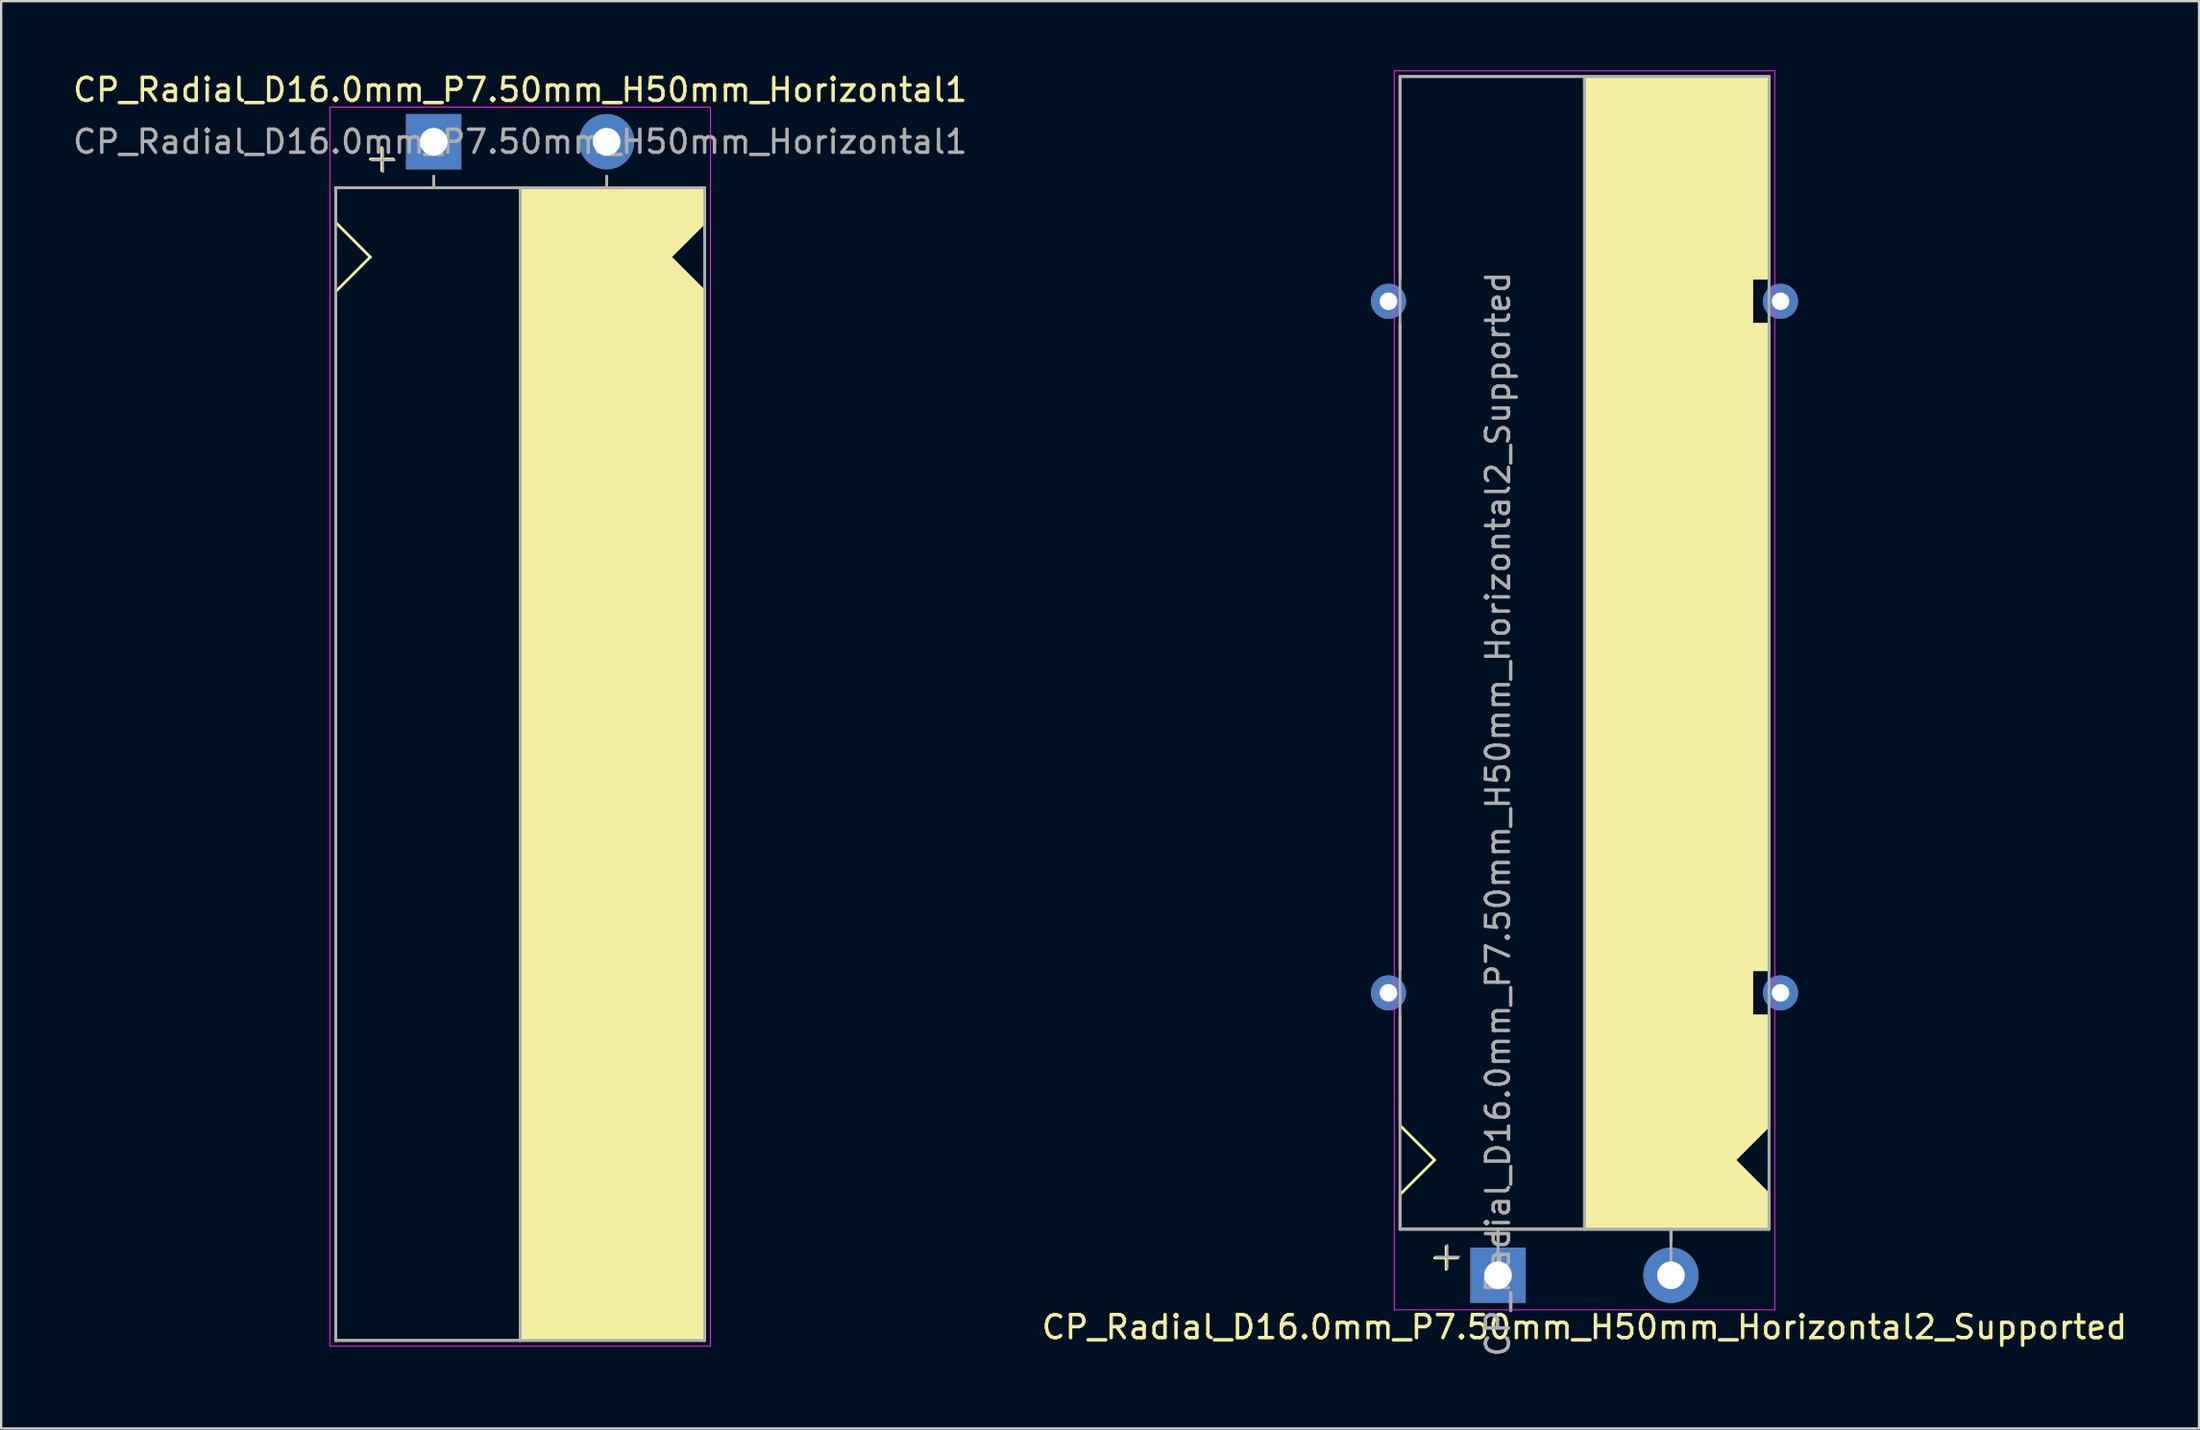
<source format=kicad_pcb>
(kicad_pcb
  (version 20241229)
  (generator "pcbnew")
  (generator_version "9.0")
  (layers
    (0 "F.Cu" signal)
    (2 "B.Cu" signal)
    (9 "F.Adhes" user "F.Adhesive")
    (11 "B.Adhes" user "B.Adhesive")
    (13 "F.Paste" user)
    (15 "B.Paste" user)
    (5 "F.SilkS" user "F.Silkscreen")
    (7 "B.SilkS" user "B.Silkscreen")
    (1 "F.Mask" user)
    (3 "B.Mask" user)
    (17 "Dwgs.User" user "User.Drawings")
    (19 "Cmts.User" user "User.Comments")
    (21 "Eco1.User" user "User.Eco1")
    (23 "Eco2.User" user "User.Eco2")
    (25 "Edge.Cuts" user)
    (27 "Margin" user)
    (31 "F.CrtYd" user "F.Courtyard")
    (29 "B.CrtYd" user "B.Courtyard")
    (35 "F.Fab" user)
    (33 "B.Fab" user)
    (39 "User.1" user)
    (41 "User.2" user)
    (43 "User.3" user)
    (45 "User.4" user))
  (footprint "CP_Radial_D16.0mm_P7.50mm_H50mm_Horizontal2_Supported"
    (layer "F.Cu")
    (at 61.911 52.27)
    (property "Reference" "CP_Radial_D16.0mm_P7.50mm_H50mm_Horizontal2_Supported" (at 3.75 2.25 0) (layer "F.SilkS") (effects (font (size 1 1) (thickness 0.15))))
    (attr through_hole)
    (fp_line (start -4.25 -43.25) (end -4.25 -52) (stroke (width 0.12) (type solid)) (layer "F.SilkS"))
    (fp_line (start -4.25 -41.25) (end -4.25 -13.25) (stroke (width 0.12) (type solid)) (layer "F.SilkS"))
    (fp_line (start -4.25 -7.5) (end -4.25 -11.25) (stroke (width 0.12) (type solid)) (layer "F.SilkS"))
    (fp_line (start -4.25 -6.5) (end -4.25 -7.5) (stroke (width 0.12) (type solid)) (layer "F.SilkS"))
    (fp_line (start -4.25 -3.5) (end -2.75 -5) (stroke (width 0.12) (type solid)) (layer "F.SilkS"))
    (fp_line (start -4.25 -2) (end -4.25 -3.5) (stroke (width 0.12) (type solid)) (layer "F.SilkS"))
    (fp_line (start -2.75 -5) (end -4.25 -6.5) (stroke (width 0.12) (type solid)) (layer "F.SilkS"))
    (fp_line (start -2.25 -1.25) (end -2.25 -0.25) (stroke (width 0.12) (type solid)) (layer "F.SilkS"))
    (fp_line (start -1.75 -0.75) (end -2.75 -0.75) (stroke (width 0.12) (type solid)) (layer "F.SilkS"))
    (fp_line (start 0 -1.5) (end 0 -2) (stroke (width 0.12) (type solid)) (layer "F.SilkS"))
    (fp_line (start 3.75 -2) (end -4.25 -2) (stroke (width 0.12) (type solid)) (layer "F.SilkS"))
    (fp_line (start 3.75 -2) (end 3.75 -52) (stroke (width 0.12) (type solid)) (layer "F.SilkS"))
    (fp_line (start 3.75 -2) (end 11.75 -2) (stroke (width 0.12) (type solid)) (layer "F.SilkS"))
    (fp_line (start 7.5 -1.5) (end 7.5 -2) (stroke (width 0.12) (type solid)) (layer "F.SilkS"))
    (fp_line (start 10.25 -5) (end 11.75 -6.5) (stroke (width 0.12) (type solid)) (layer "F.SilkS"))
    (fp_line (start 11 -43.25) (end 11 -41.25) (stroke (width 0.12) (type solid)) (layer "F.SilkS"))
    (fp_line (start 11 -41.25) (end 11.75 -41.25) (stroke (width 0.12) (type solid)) (layer "F.SilkS"))
    (fp_line (start 11 -13.25) (end 11 -11.25) (stroke (width 0.12) (type solid)) (layer "F.SilkS"))
    (fp_line (start 11 -11.25) (end 11.75 -11.25) (stroke (width 0.12) (type solid)) (layer "F.SilkS"))
    (fp_line (start 11.75 -52) (end -4.25 -52) (stroke (width 0.12) (type solid)) (layer "F.SilkS"))
    (fp_line (start 11.75 -52) (end 11.75 -43.25) (stroke (width 0.12) (type solid)) (layer "F.SilkS"))
    (fp_line (start 11.75 -43.25) (end 11 -43.25) (stroke (width 0.12) (type solid)) (layer "F.SilkS"))
    (fp_line (start 11.75 -13.25) (end 11 -13.25) (stroke (width 0.12) (type solid)) (layer "F.SilkS"))
    (fp_line (start 11.75 -13.25) (end 11.75 -41.25) (stroke (width 0.12) (type solid)) (layer "F.SilkS"))
    (fp_line (start 11.75 -11.25) (end 11.75 -6.5) (stroke (width 0.12) (type solid)) (layer "F.SilkS"))
    (fp_line (start 11.75 -3.5) (end 10.25 -5) (stroke (width 0.12) (type solid)) (layer "F.SilkS"))
    (fp_line (start 11.75 -2) (end 11.75 -3.5) (stroke (width 0.12) (type solid)) (layer "F.SilkS"))
    (fp_poly (pts (xy 11.75 -3.5) (xy 10.25 -5) (xy 11.75 -6.5) (xy 11.75 -11.25) (xy 11 -11.25) (xy 11 -13.25) (xy 11.75 -13.25) (xy 11.75 -41.25) (xy 11 -41.25) (xy 11 -43.25) (xy 11.75 -43.25) (xy 11.75 -52) (xy 3.75 -52) (xy 3.75 -2) (xy 11.75 -2)) (stroke (width 0.1) (type solid)) (fill yes) (layer "F.SilkS"))
    (fp_line (start -4.5 -52.25) (end -4.5 1.5) (stroke (width 0.04) (type solid)) (layer "F.CrtYd"))
    (fp_line (start -4.5 1.5) (end 12 1.5) (stroke (width 0.04) (type solid)) (layer "F.CrtYd"))
    (fp_line (start 12 -52.25) (end -4.5 -52.25) (stroke (width 0.04) (type solid)) (layer "F.CrtYd"))
    (fp_line (start 12 1.5) (end 12 -52.25) (stroke (width 0.04) (type solid)) (layer "F.CrtYd"))
    (fp_line (start -4.25 -52) (end 11.75 -52) (stroke (width 0.12) (type solid)) (layer "F.Fab"))
    (fp_line (start -4.25 -2) (end -4.25 -52) (stroke (width 0.12) (type solid)) (layer "F.Fab"))
    (fp_line (start -2.7 -0.8) (end -1.7 -0.8) (stroke (width 0.1) (type solid)) (layer "F.Fab"))
    (fp_line (start -2.2 -0.3) (end -2.2 -1.3) (stroke (width 0.1) (type solid)) (layer "F.Fab"))
    (fp_line (start 0 -2) (end -4.25 -2) (stroke (width 0.12) (type solid)) (layer "F.Fab"))
    (fp_line (start 0 0) (end 0 -2) (stroke (width 0.12) (type solid)) (layer "F.Fab"))
    (fp_line (start 3.75 -2) (end 3.75 -52) (stroke (width 0.12) (type solid)) (layer "F.Fab"))
    (fp_line (start 7.5 0) (end 7.5 -2) (stroke (width 0.12) (type solid)) (layer "F.Fab"))
    (fp_line (start 11.75 -52) (end 11.75 -2) (stroke (width 0.12) (type solid)) (layer "F.Fab"))
    (fp_line (start 11.75 -2) (end 0 -2) (stroke (width 0.12) (type solid)) (layer "F.Fab"))
    (fp_poly (pts (xy 11.75 -52) (xy 3.75 -52) (xy 3.75 -2) (xy 11.75 -2)) (stroke (width 0.1) (type solid)) (fill no) (layer "F.Fab"))
    (fp_text user "${REFERENCE}" (at 0 -20 90) (layer "F.Fab") (effects (font (size 1 1) (thickness 0.15))))
    (pad "" thru_hole circle (at -4.75 -42.25 180) (size 1.524 1.524) (drill 0.762) (layers "*.Cu" "*.Mask"))
    (pad "" thru_hole circle (at -4.75 -12.25 180) (size 1.524 1.524) (drill 0.762) (layers "*.Cu" "*.Mask"))
    (pad "" thru_hole circle (at 12.25 -42.25 180) (size 1.524 1.524) (drill 0.762) (layers "*.Cu" "*.Mask"))
    (pad "" thru_hole circle (at 12.25 -12.25 180) (size 1.524 1.524) (drill 0.762) (layers "*.Cu" "*.Mask"))
    (pad "1" thru_hole rect (at 0 0) (size 2.4 2.4) (drill 1.2) (layers "*.Cu" "*.Mask"))
    (pad "2" thru_hole circle (at 7.5 0) (size 2.4 2.4) (drill 1.2) (layers "*.Cu" "*.Mask")))
  (footprint "CP_Radial_D16.0mm_P7.50mm_H50mm_Horizontal1"
    (layer "F.Cu")
    (at 15.756 3.098)
    (property "Reference" "CP_Radial_D16.0mm_P7.50mm_H50mm_Horizontal1" (at 3.75 -2.25 0) (layer "F.SilkS") (effects (font (size 1 1) (thickness 0.15))))
    (attr through_hole)
    (fp_line (start -4.25 2) (end -4.25 3.5) (stroke (width 0.12) (type solid)) (layer "F.SilkS"))
    (fp_line (start -4.25 3.5) (end -2.75 5) (stroke (width 0.12) (type solid)) (layer "F.SilkS"))
    (fp_line (start -4.25 6.5) (end -4.25 7.5) (stroke (width 0.12) (type solid)) (layer "F.SilkS"))
    (fp_line (start -4.25 7.5) (end -4.25 52) (stroke (width 0.12) (type solid)) (layer "F.SilkS"))
    (fp_line (start -2.75 5) (end -4.25 6.5) (stroke (width 0.12) (type solid)) (layer "F.SilkS"))
    (fp_line (start -2.25 0.25) (end -2.25 1.25) (stroke (width 0.12) (type solid)) (layer "F.SilkS"))
    (fp_line (start -1.75 0.75) (end -2.75 0.75) (stroke (width 0.12) (type solid)) (layer "F.SilkS"))
    (fp_line (start 0 1.5) (end 0 2) (stroke (width 0.12) (type solid)) (layer "F.SilkS"))
    (fp_line (start 3.75 2) (end -4.25 2) (stroke (width 0.12) (type solid)) (layer "F.SilkS"))
    (fp_line (start 3.75 2) (end 3.75 52) (stroke (width 0.12) (type solid)) (layer "F.SilkS"))
    (fp_line (start 3.75 2) (end 11.75 2) (stroke (width 0.12) (type solid)) (layer "F.SilkS"))
    (fp_line (start 7.5 1.5) (end 7.5 2) (stroke (width 0.12) (type solid)) (layer "F.SilkS"))
    (fp_line (start 10.25 5) (end 11.75 6.5) (stroke (width 0.12) (type solid)) (layer "F.SilkS"))
    (fp_line (start 11.75 2) (end 11.75 3.5) (stroke (width 0.12) (type solid)) (layer "F.SilkS"))
    (fp_line (start 11.75 3.5) (end 10.25 5) (stroke (width 0.12) (type solid)) (layer "F.SilkS"))
    (fp_line (start 11.75 52) (end -4.25 52) (stroke (width 0.12) (type solid)) (layer "F.SilkS"))
    (fp_line (start 11.75 52) (end 11.75 6.5) (stroke (width 0.12) (type solid)) (layer "F.SilkS"))
    (fp_poly (pts (xy 11.75 3.5) (xy 10.25 5) (xy 11.75 6.5) (xy 11.75 52) (xy 3.75 52) (xy 3.75 2) (xy 11.75 2)) (stroke (width 0.1) (type solid)) (fill yes) (layer "F.SilkS"))
    (fp_line (start -4.5 -1.5) (end 12 -1.5) (stroke (width 0.04) (type solid)) (layer "F.CrtYd"))
    (fp_line (start -4.5 52.25) (end -4.5 -1.5) (stroke (width 0.04) (type solid)) (layer "F.CrtYd"))
    (fp_line (start 12 -1.5) (end 12 52.25) (stroke (width 0.04) (type solid)) (layer "F.CrtYd"))
    (fp_line (start 12 52.25) (end -4.5 52.25) (stroke (width 0.04) (type solid)) (layer "F.CrtYd"))
    (fp_line (start -4.25 2) (end -4.25 52) (stroke (width 0.12) (type solid)) (layer "F.Fab"))
    (fp_line (start -4.25 52) (end 11.75 52) (stroke (width 0.12) (type solid)) (layer "F.Fab"))
    (fp_line (start -2.7 0.8) (end -1.7 0.8) (stroke (width 0.1) (type solid)) (layer "F.Fab"))
    (fp_line (start -2.2 1.3) (end -2.2 0.3) (stroke (width 0.1) (type solid)) (layer "F.Fab"))
    (fp_line (start 0 1.5) (end 0 2) (stroke (width 0.12) (type solid)) (layer "F.Fab"))
    (fp_line (start 0 2) (end -4.25 2) (stroke (width 0.12) (type solid)) (layer "F.Fab"))
    (fp_line (start 3.75 2) (end 3.75 52) (stroke (width 0.12) (type solid)) (layer "F.Fab"))
    (fp_line (start 7.5 1.5) (end 7.5 2) (stroke (width 0.12) (type solid)) (layer "F.Fab"))
    (fp_line (start 11.75 2) (end 0 2) (stroke (width 0.12) (type solid)) (layer "F.Fab"))
    (fp_line (start 11.75 52) (end 11.75 2) (stroke (width 0.12) (type solid)) (layer "F.Fab"))
    (fp_poly (pts (xy 11.75 52) (xy 3.75 52) (xy 3.75 2) (xy 11.75 2)) (stroke (width 0.1) (type solid)) (fill no) (layer "F.Fab"))
    (fp_text user "${REFERENCE}" (at 3.75 0 0) (layer "F.Fab") (effects (font (size 1 1) (thickness 0.15))))
    (pad "1" thru_hole rect (at 0 0) (size 2.4 2.4) (drill 1.2) (layers "*.Cu" "*.Mask"))
    (pad "2" thru_hole circle (at 7.5 0) (size 2.4 2.4) (drill 1.2) (layers "*.Cu" "*.Mask")))
  (gr_rect
    (start -3 -3)
    (end 92.31 58.919)
    (stroke (width 0.1) (type default))
    (fill no)
    (layer "Edge.Cuts")))
</source>
